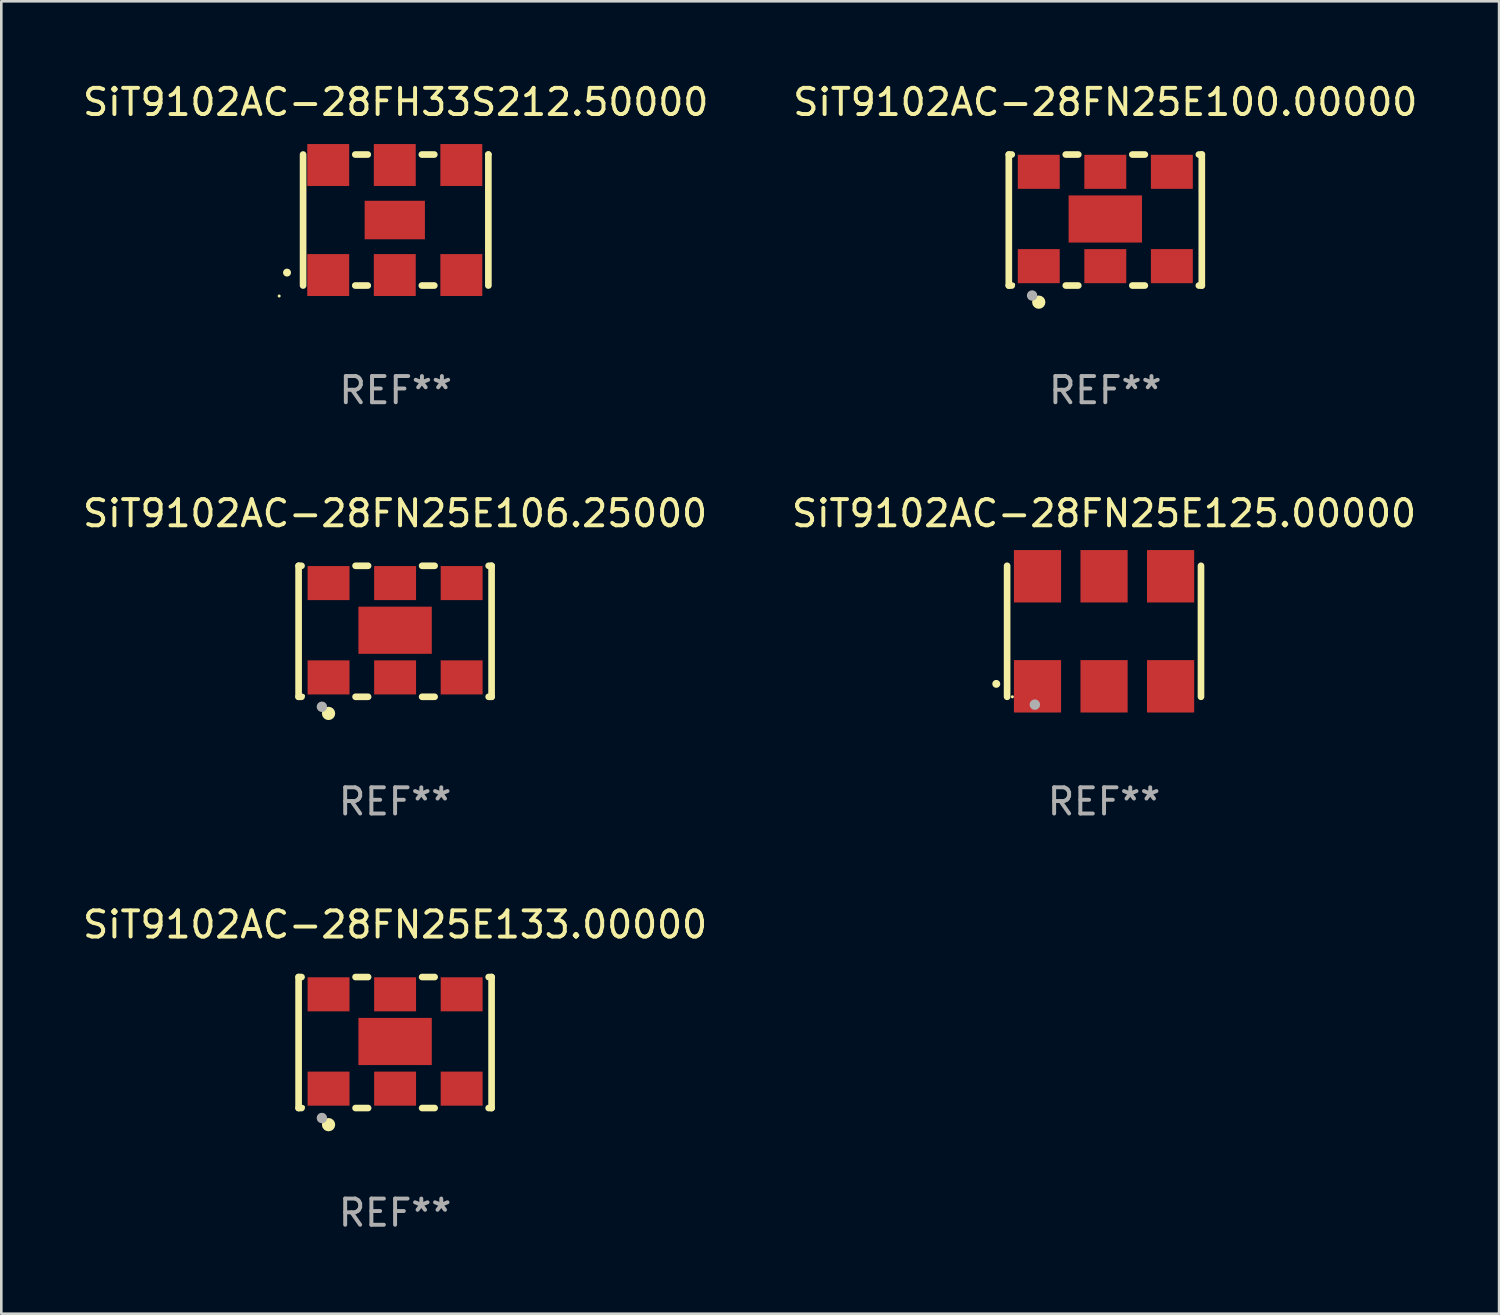
<source format=kicad_pcb>
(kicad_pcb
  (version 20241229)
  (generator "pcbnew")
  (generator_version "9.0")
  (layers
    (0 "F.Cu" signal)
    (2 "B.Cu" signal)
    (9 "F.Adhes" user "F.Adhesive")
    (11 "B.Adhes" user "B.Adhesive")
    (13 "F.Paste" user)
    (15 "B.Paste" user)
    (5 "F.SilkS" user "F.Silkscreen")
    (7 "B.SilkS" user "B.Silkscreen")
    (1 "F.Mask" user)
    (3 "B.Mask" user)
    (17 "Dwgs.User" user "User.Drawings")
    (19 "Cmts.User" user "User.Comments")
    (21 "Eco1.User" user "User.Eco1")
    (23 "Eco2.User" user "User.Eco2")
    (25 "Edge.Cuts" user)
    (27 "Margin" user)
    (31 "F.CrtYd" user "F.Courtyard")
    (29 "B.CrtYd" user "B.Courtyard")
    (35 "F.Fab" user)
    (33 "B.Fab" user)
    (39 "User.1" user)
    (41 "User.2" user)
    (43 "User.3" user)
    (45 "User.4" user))
  (footprint "SiT9102AC-28FN25E106.25000"
    (layer "F.Cu")
    (at 12.03 21.045)
    (property "Reference" "SiT9102AC-28FN25E106.25000" (at 0 -4.5 0) (layer "F.SilkS") (effects (font (size 1 1) (thickness 0.15))))
    (attr through_hole)
    (fp_line (start -3.683 -2.5) (end -3.571 -2.5) (stroke (width 0.254) (type solid)) (layer "F.SilkS"))
    (fp_line (start -3.683 2.5) (end -3.683 -2.5) (stroke (width 0.254) (type solid)) (layer "F.SilkS"))
    (fp_line (start -3.683 2.5) (end -3.571 2.5) (stroke (width 0.254) (type solid)) (layer "F.SilkS"))
    (fp_line (start -1.509 -2.5) (end -1.031 -2.5) (stroke (width 0.254) (type solid)) (layer "F.SilkS"))
    (fp_line (start -1.509 2.5) (end -1.031 2.5) (stroke (width 0.254) (type solid)) (layer "F.SilkS"))
    (fp_line (start 1.031 -2.5) (end 1.509 -2.5) (stroke (width 0.254) (type solid)) (layer "F.SilkS"))
    (fp_line (start 1.031 2.5) (end 1.509 2.5) (stroke (width 0.254) (type solid)) (layer "F.SilkS"))
    (fp_line (start 3.571 -2.5) (end 3.683 -2.5) (stroke (width 0.254) (type solid)) (layer "F.SilkS"))
    (fp_line (start 3.571 2.5) (end 3.683 2.5) (stroke (width 0.254) (type solid)) (layer "F.SilkS"))
    (fp_line (start 3.683 2.5) (end 3.683 -2.5) (stroke (width 0.254) (type solid)) (layer "F.SilkS"))
    (fp_circle (center -3.5 2.46) (end -3.47 2.46) (stroke (width 0.06) (type solid)) (fill no) (layer "F.SilkS"))
    (fp_circle (center -2.54 3.135) (end -2.413 3.135) (stroke (width 0.254) (type solid)) (fill no) (layer "F.SilkS"))
    (fp_circle (center -2.794 2.881) (end -2.694 2.881) (stroke (width 0.2) (type solid)) (fill no) (layer "F.Fab"))
    (fp_text user "REF**" (at 0 6.5 0) (layer "F.Fab") (effects (font (size 1 1) (thickness 0.15))))
    (pad "1" smd rect (at -2.54 1.76) (size 1.6 1.3) (layers "F.Cu" "F.Mask" "F.Paste"))
    (pad "2" smd rect (at 0 1.76) (size 1.6 1.3) (layers "F.Cu" "F.Mask" "F.Paste"))
    (pad "3" smd rect (at 2.54 1.76) (size 1.6 1.3) (layers "F.Cu" "F.Mask" "F.Paste"))
    (pad "4" smd rect (at 2.54 -1.84) (size 1.6 1.3) (layers "F.Cu" "F.Mask" "F.Paste"))
    (pad "5" smd rect (at 0 -1.84) (size 1.6 1.3) (layers "F.Cu" "F.Mask" "F.Paste"))
    (pad "6" smd rect (at -2.54 -1.84) (size 1.6 1.3) (layers "F.Cu" "F.Mask" "F.Paste"))
    (pad "7" smd rect (at 0 -0.04) (size 2.8 1.8) (layers "F.Cu" "F.Mask" "F.Paste")))
  (footprint "SiT9102AC-28FN25E100.00000"
    (layer "F.Cu")
    (at 39.137 5.348)
    (property "Reference" "SiT9102AC-28FN25E100.00000" (at 0 -4.5 0) (layer "F.SilkS") (effects (font (size 1 1) (thickness 0.15))))
    (attr through_hole)
    (fp_line (start -3.683 -2.5) (end -3.571 -2.5) (stroke (width 0.254) (type solid)) (layer "F.SilkS"))
    (fp_line (start -3.683 2.5) (end -3.683 -2.5) (stroke (width 0.254) (type solid)) (layer "F.SilkS"))
    (fp_line (start -3.683 2.5) (end -3.571 2.5) (stroke (width 0.254) (type solid)) (layer "F.SilkS"))
    (fp_line (start -1.509 -2.5) (end -1.031 -2.5) (stroke (width 0.254) (type solid)) (layer "F.SilkS"))
    (fp_line (start -1.509 2.5) (end -1.031 2.5) (stroke (width 0.254) (type solid)) (layer "F.SilkS"))
    (fp_line (start 1.031 -2.5) (end 1.509 -2.5) (stroke (width 0.254) (type solid)) (layer "F.SilkS"))
    (fp_line (start 1.031 2.5) (end 1.509 2.5) (stroke (width 0.254) (type solid)) (layer "F.SilkS"))
    (fp_line (start 3.571 -2.5) (end 3.683 -2.5) (stroke (width 0.254) (type solid)) (layer "F.SilkS"))
    (fp_line (start 3.571 2.5) (end 3.683 2.5) (stroke (width 0.254) (type solid)) (layer "F.SilkS"))
    (fp_line (start 3.683 2.5) (end 3.683 -2.5) (stroke (width 0.254) (type solid)) (layer "F.SilkS"))
    (fp_circle (center -3.5 2.46) (end -3.47 2.46) (stroke (width 0.06) (type solid)) (fill no) (layer "F.SilkS"))
    (fp_circle (center -2.54 3.135) (end -2.413 3.135) (stroke (width 0.254) (type solid)) (fill no) (layer "F.SilkS"))
    (fp_circle (center -2.794 2.881) (end -2.694 2.881) (stroke (width 0.2) (type solid)) (fill no) (layer "F.Fab"))
    (fp_text user "REF**" (at 0 6.5 0) (layer "F.Fab") (effects (font (size 1 1) (thickness 0.15))))
    (pad "1" smd rect (at -2.54 1.76) (size 1.6 1.3) (layers "F.Cu" "F.Mask" "F.Paste"))
    (pad "2" smd rect (at 0 1.76) (size 1.6 1.3) (layers "F.Cu" "F.Mask" "F.Paste"))
    (pad "3" smd rect (at 2.54 1.76) (size 1.6 1.3) (layers "F.Cu" "F.Mask" "F.Paste"))
    (pad "4" smd rect (at 2.54 -1.84) (size 1.6 1.3) (layers "F.Cu" "F.Mask" "F.Paste"))
    (pad "5" smd rect (at 0 -1.84) (size 1.6 1.3) (layers "F.Cu" "F.Mask" "F.Paste"))
    (pad "6" smd rect (at -2.54 -1.84) (size 1.6 1.3) (layers "F.Cu" "F.Mask" "F.Paste"))
    (pad "7" smd rect (at 0 -0.04) (size 2.8 1.8) (layers "F.Cu" "F.Mask" "F.Paste")))
  (footprint "SiT9102AC-28FH33S212.50000"
    (layer "F.Cu")
    (at 12.054 5.348)
    (property "Reference" "SiT9102AC-28FH33S212.50000" (at 0 -4.5 0) (layer "F.SilkS") (effects (font (size 1 1) (thickness 0.15))))
    (attr through_hole)
    (fp_line (start -3.536 -2.5) (end -3.536 2.5) (stroke (width 0.254) (type solid)) (layer "F.SilkS"))
    (fp_line (start -1.544 2.5) (end -1.067 2.5) (stroke (width 0.254) (type solid)) (layer "F.SilkS"))
    (fp_line (start -1.067 -2.5) (end -1.544 -2.5) (stroke (width 0.254) (type solid)) (layer "F.SilkS"))
    (fp_line (start 0.996 2.5) (end 1.473 2.5) (stroke (width 0.254) (type solid)) (layer "F.SilkS"))
    (fp_line (start 1.473 -2.5) (end 0.996 -2.5) (stroke (width 0.254) (type solid)) (layer "F.SilkS"))
    (fp_line (start 3.536 -2.5) (end 3.536 -2.5) (stroke (width 0.254) (type solid)) (layer "F.SilkS"))
    (fp_line (start 3.536 2.5) (end 3.536 -2.5) (stroke (width 0.254) (type solid)) (layer "F.SilkS"))
    (fp_arc (start -4.150432 2.006604) (mid -4.149162 2.006599) (end -4.147892 2.006604) (stroke (width 0.3) (type solid)) (layer "F.SilkS"))
    (fp_circle (center -4.449 2.9) (end -4.419 2.9) (stroke (width 0.06) (type solid)) (fill no) (layer "F.SilkS"))
    (fp_text user "REF**" (at 0 6.5 0) (layer "F.Fab") (effects (font (size 1 1) (thickness 0.15))))
    (pad "1" smd rect (at -2.576 2.1) (size 1.6 1.6) (layers "F.Cu" "F.Mask" "F.Paste"))
    (pad "2" smd rect (at -0.036 2.1) (size 1.6 1.6) (layers "F.Cu" "F.Mask" "F.Paste"))
    (pad "3" smd rect (at 2.504 2.1) (size 1.6 1.6) (layers "F.Cu" "F.Mask" "F.Paste"))
    (pad "4" smd rect (at 2.504 -2.1) (size 1.6 1.6) (layers "F.Cu" "F.Mask" "F.Paste"))
    (pad "5" smd rect (at -0.036 -2.1) (size 1.6 1.6) (layers "F.Cu" "F.Mask" "F.Paste"))
    (pad "6" smd rect (at -2.576 -2.1) (size 1.6 1.6) (layers "F.Cu" "F.Mask" "F.Paste"))
    (pad "7" smd rect (at -0.036 0) (size 2.3 1.47) (layers "F.Cu" "F.Mask" "F.Paste")))
  (footprint "SiT9102AC-28FN25E133.00000"
    (layer "F.Cu")
    (at 12.03 36.741)
    (property "Reference" "SiT9102AC-28FN25E133.00000" (at 0 -4.5 0) (layer "F.SilkS") (effects (font (size 1 1) (thickness 0.15))))
    (attr through_hole)
    (fp_line (start -3.683 -2.5) (end -3.571 -2.5) (stroke (width 0.254) (type solid)) (layer "F.SilkS"))
    (fp_line (start -3.683 2.5) (end -3.683 -2.5) (stroke (width 0.254) (type solid)) (layer "F.SilkS"))
    (fp_line (start -3.683 2.5) (end -3.571 2.5) (stroke (width 0.254) (type solid)) (layer "F.SilkS"))
    (fp_line (start -1.509 -2.5) (end -1.031 -2.5) (stroke (width 0.254) (type solid)) (layer "F.SilkS"))
    (fp_line (start -1.509 2.5) (end -1.031 2.5) (stroke (width 0.254) (type solid)) (layer "F.SilkS"))
    (fp_line (start 1.031 -2.5) (end 1.509 -2.5) (stroke (width 0.254) (type solid)) (layer "F.SilkS"))
    (fp_line (start 1.031 2.5) (end 1.509 2.5) (stroke (width 0.254) (type solid)) (layer "F.SilkS"))
    (fp_line (start 3.571 -2.5) (end 3.683 -2.5) (stroke (width 0.254) (type solid)) (layer "F.SilkS"))
    (fp_line (start 3.571 2.5) (end 3.683 2.5) (stroke (width 0.254) (type solid)) (layer "F.SilkS"))
    (fp_line (start 3.683 2.5) (end 3.683 -2.5) (stroke (width 0.254) (type solid)) (layer "F.SilkS"))
    (fp_circle (center -3.5 2.46) (end -3.47 2.46) (stroke (width 0.06) (type solid)) (fill no) (layer "F.SilkS"))
    (fp_circle (center -2.54 3.135) (end -2.413 3.135) (stroke (width 0.254) (type solid)) (fill no) (layer "F.SilkS"))
    (fp_circle (center -2.794 2.881) (end -2.694 2.881) (stroke (width 0.2) (type solid)) (fill no) (layer "F.Fab"))
    (fp_text user "REF**" (at 0 6.5 0) (layer "F.Fab") (effects (font (size 1 1) (thickness 0.15))))
    (pad "1" smd rect (at -2.54 1.76) (size 1.6 1.3) (layers "F.Cu" "F.Mask" "F.Paste"))
    (pad "2" smd rect (at 0 1.76) (size 1.6 1.3) (layers "F.Cu" "F.Mask" "F.Paste"))
    (pad "3" smd rect (at 2.54 1.76) (size 1.6 1.3) (layers "F.Cu" "F.Mask" "F.Paste"))
    (pad "4" smd rect (at 2.54 -1.84) (size 1.6 1.3) (layers "F.Cu" "F.Mask" "F.Paste"))
    (pad "5" smd rect (at 0 -1.84) (size 1.6 1.3) (layers "F.Cu" "F.Mask" "F.Paste"))
    (pad "6" smd rect (at -2.54 -1.84) (size 1.6 1.3) (layers "F.Cu" "F.Mask" "F.Paste"))
    (pad "7" smd rect (at 0 -0.04) (size 2.8 1.8) (layers "F.Cu" "F.Mask" "F.Paste")))
  (footprint "SiT9102AC-28FN25E125.00000"
    (layer "F.Cu")
    (at 39.089 21.045)
    (property "Reference" "SiT9102AC-28FN25E125.00000" (at 0 -4.5 0) (layer "F.SilkS") (effects (font (size 1 1) (thickness 0.15))))
    (attr through_hole)
    (fp_line (start -3.7 -2.5) (end -3.7 2.5) (stroke (width 0.254) (type solid)) (layer "F.SilkS"))
    (fp_line (start 3.7 -2.5) (end 3.7 2.5) (stroke (width 0.254) (type solid)) (layer "F.SilkS"))
    (fp_arc (start -4.114415 2.006604) (mid -4.113145 2.006599) (end -4.111875 2.006604) (stroke (width 0.3) (type solid)) (layer "F.SilkS"))
    (fp_circle (center -3.5 2.501) (end -3.47 2.501) (stroke (width 0.06) (type solid)) (fill no) (layer "F.SilkS"))
    (fp_circle (center -2.641 2.799) (end -2.541 2.799) (stroke (width 0.2) (type solid)) (fill no) (layer "F.Fab"))
    (fp_text user "REF**" (at 0 6.5 0) (layer "F.Fab") (effects (font (size 1 1) (thickness 0.15))))
    (pad "1" smd rect (at -2.54 2.1) (size 1.8 2) (layers "F.Cu" "F.Mask" "F.Paste"))
    (pad "2" smd rect (at 0.000394 2.1) (size 1.8 2) (layers "F.Cu" "F.Mask" "F.Paste"))
    (pad "3" smd rect (at 2.54 2.1) (size 1.8 2) (layers "F.Cu" "F.Mask" "F.Paste"))
    (pad "4" smd rect (at 2.54 -2.1) (size 1.8 2) (layers "F.Cu" "F.Mask" "F.Paste"))
    (pad "5" smd rect (at 0.000394 -2.1) (size 1.8 2) (layers "F.Cu" "F.Mask" "F.Paste"))
    (pad "6" smd rect (at -2.54 -2.1) (size 1.8 2) (layers "F.Cu" "F.Mask" "F.Paste")))
  (gr_rect
    (start -3 -3)
    (end 54.167 47.09)
    (stroke (width 0.1) (type default))
    (fill no)
    (layer "Edge.Cuts")))
</source>
